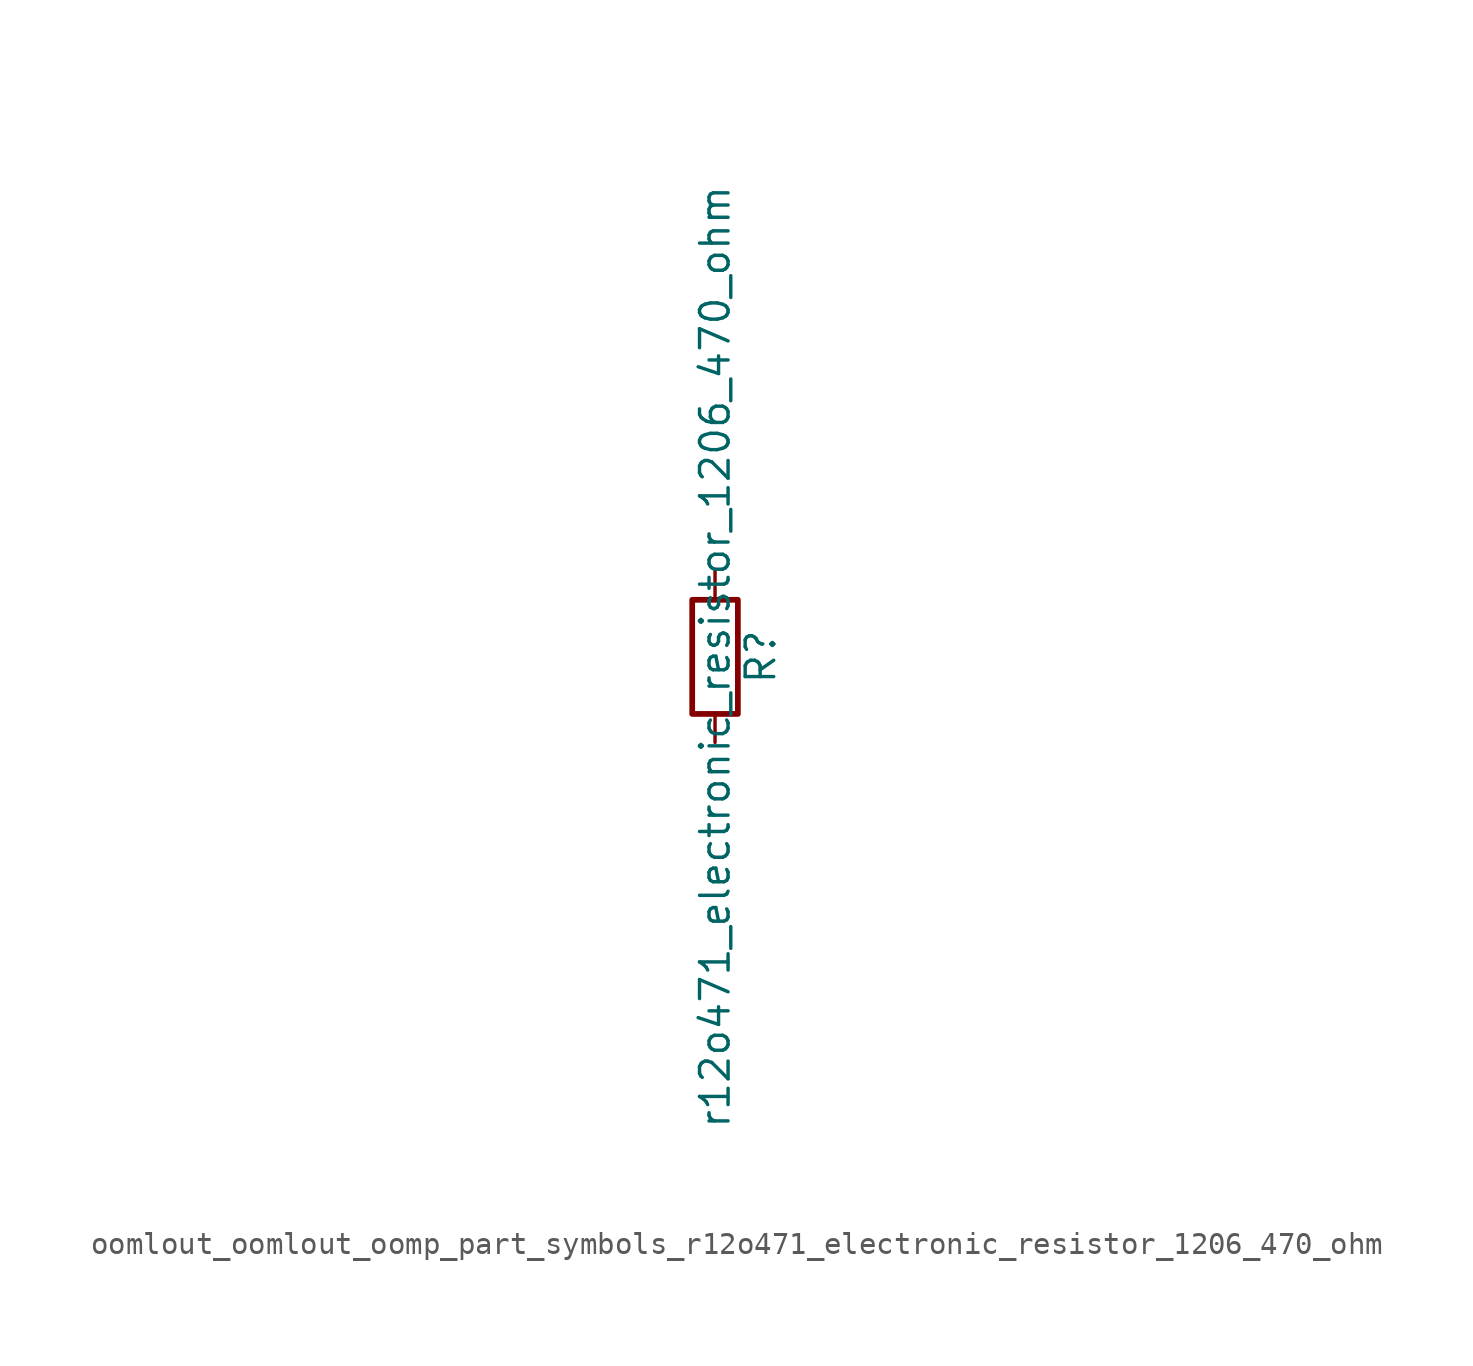
<source format=kicad_sym>
(kicad_symbol_lib
  (version 20220914)
  (generator kicad_symbol_editor)
  (symbol "oomlout_oomlout_oomp_part_symbols_r12o471_electronic_resistor_1206_470_ohm"
    (pin_numbers hide)
    (pin_names
      (offset 0))
    (property "Reference" "R"
      (at 2.032 0 90)
      (effects (font (size 1.27 1.27))))
    (property "Value" "r12o471_electronic_resistor_1206_470_ohm"
      (at 0 0 90)
      (effects (font (size 1.27 1.27))))
    (symbol "oomlout_oomlout_oomp_part_symbols_r12o471_electronic_resistor_1206_470_ohm_0_1"
      (rectangle (start -1.016 -2.54) (end 1.016 2.54) (stroke (width 0.254) (type default)) (fill (type none))))
    (symbol "oomlout_oomlout_oomp_part_symbols_r12o471_electronic_resistor_1206_470_ohm_1_1"
      (pin passive line (at 0 3.81 270) (length 1.27) (name "~" (effects (font (size 1.27 1.27)))) (number "1" (effects (font (size 1.27 1.27)))))
      (pin passive line (at 0 -3.81 90) (length 1.27) (name "~" (effects (font (size 1.27 1.27)))) (number "2" (effects (font (size 1.27 1.27))))))))
</source>
